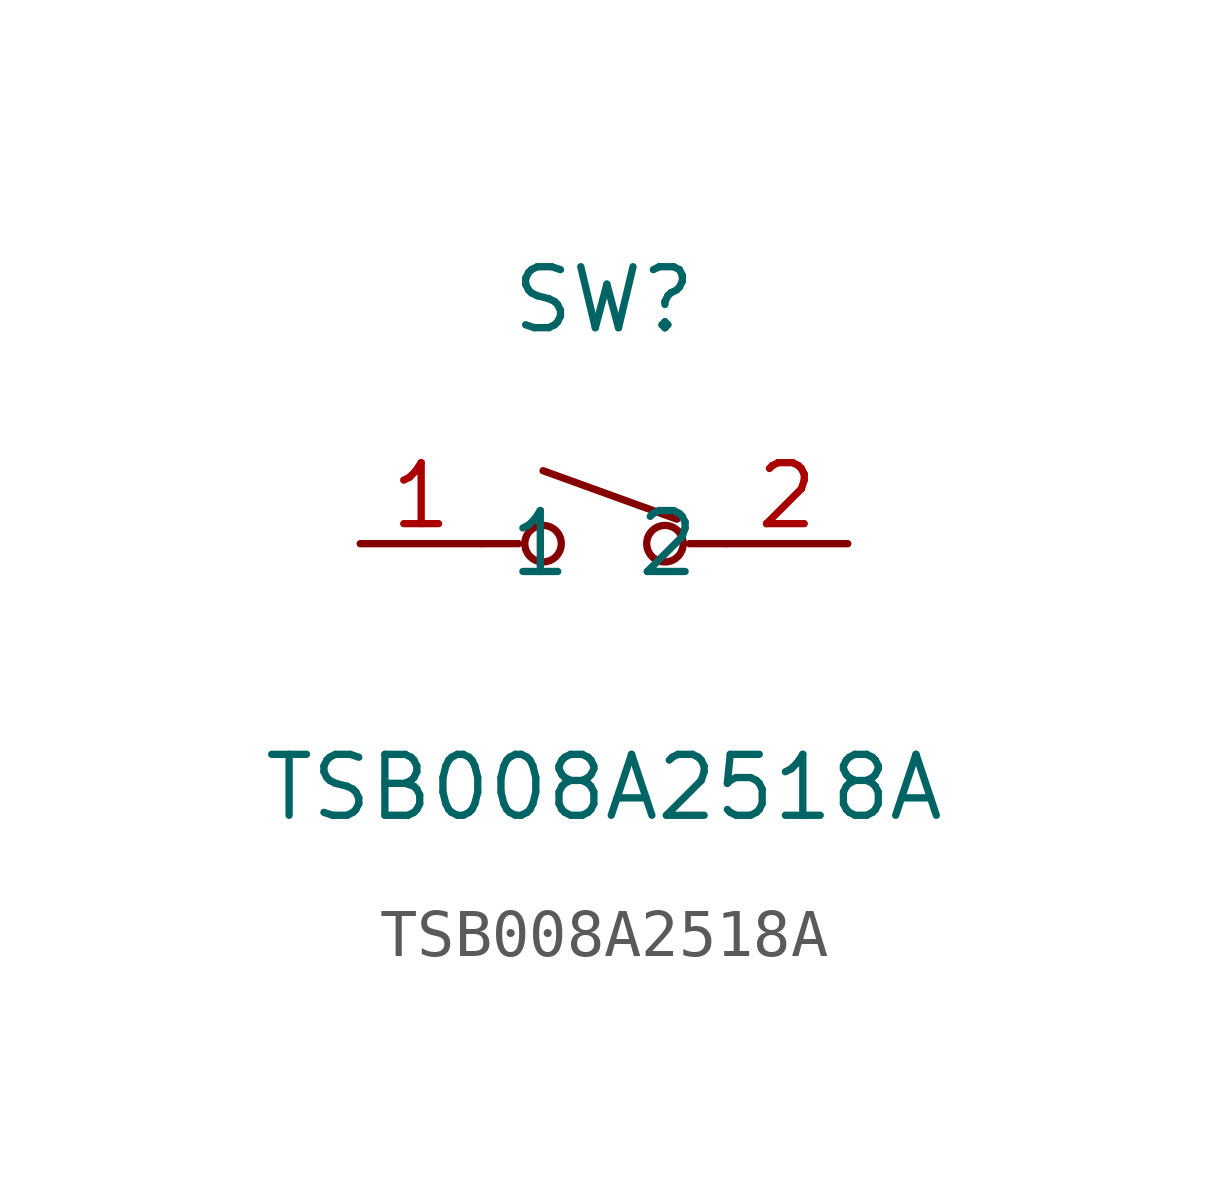
<source format=kicad_sym>
(kicad_symbol_lib
  (version 20220914)
  (generator https://github.com/uPesy/easyeda2kicad.py)
  (symbol "TSB008A2518A"
    (property "Reference" "SW"
      (at 0 5.08 0)
      (effects (font (size 1.27 1.27))))
    (property "Value" "TSB008A2518A"
      (at 0 -5.08 0)
      (effects (font (size 1.27 1.27))))
    (symbol "TSB008A2518A_0_1"
      (circle (center -1.27 -0.00) (radius 0.38) (stroke (width 0) (type default) (color 0 0 0 0)) (fill (type none)))
      (circle (center 1.27 -0.00) (radius 0.38) (stroke (width 0) (type default) (color 0 0 0 0)) (fill (type none)))
      (polyline (pts (xy -1.78 -0.00) (xy -2.54 -0.00)) (stroke (width 0) (type default) (color 0 0 0 0)) (fill (type none)))
      (polyline (pts (xy 1.78 -0.00) (xy 2.54 -0.00)) (stroke (width 0) (type default) (color 0 0 0 0)) (fill (type none)))
      (polyline (pts (xy 1.52 0.51) (xy -1.27 1.52)) (stroke (width 0) (type default) (color 0 0 0 0)) (fill (type none)))
      (pin unspecified line (at -5.08 -0.00 0) (length 2.54) (name "1" (effects (font (size 1.27 1.27)))) (number "1" (effects (font (size 1.27 1.27)))))
      (pin unspecified line (at 5.08 -0.00 180) (length 2.54) (name "2" (effects (font (size 1.27 1.27)))) (number "2" (effects (font (size 1.27 1.27))))))))
</source>
